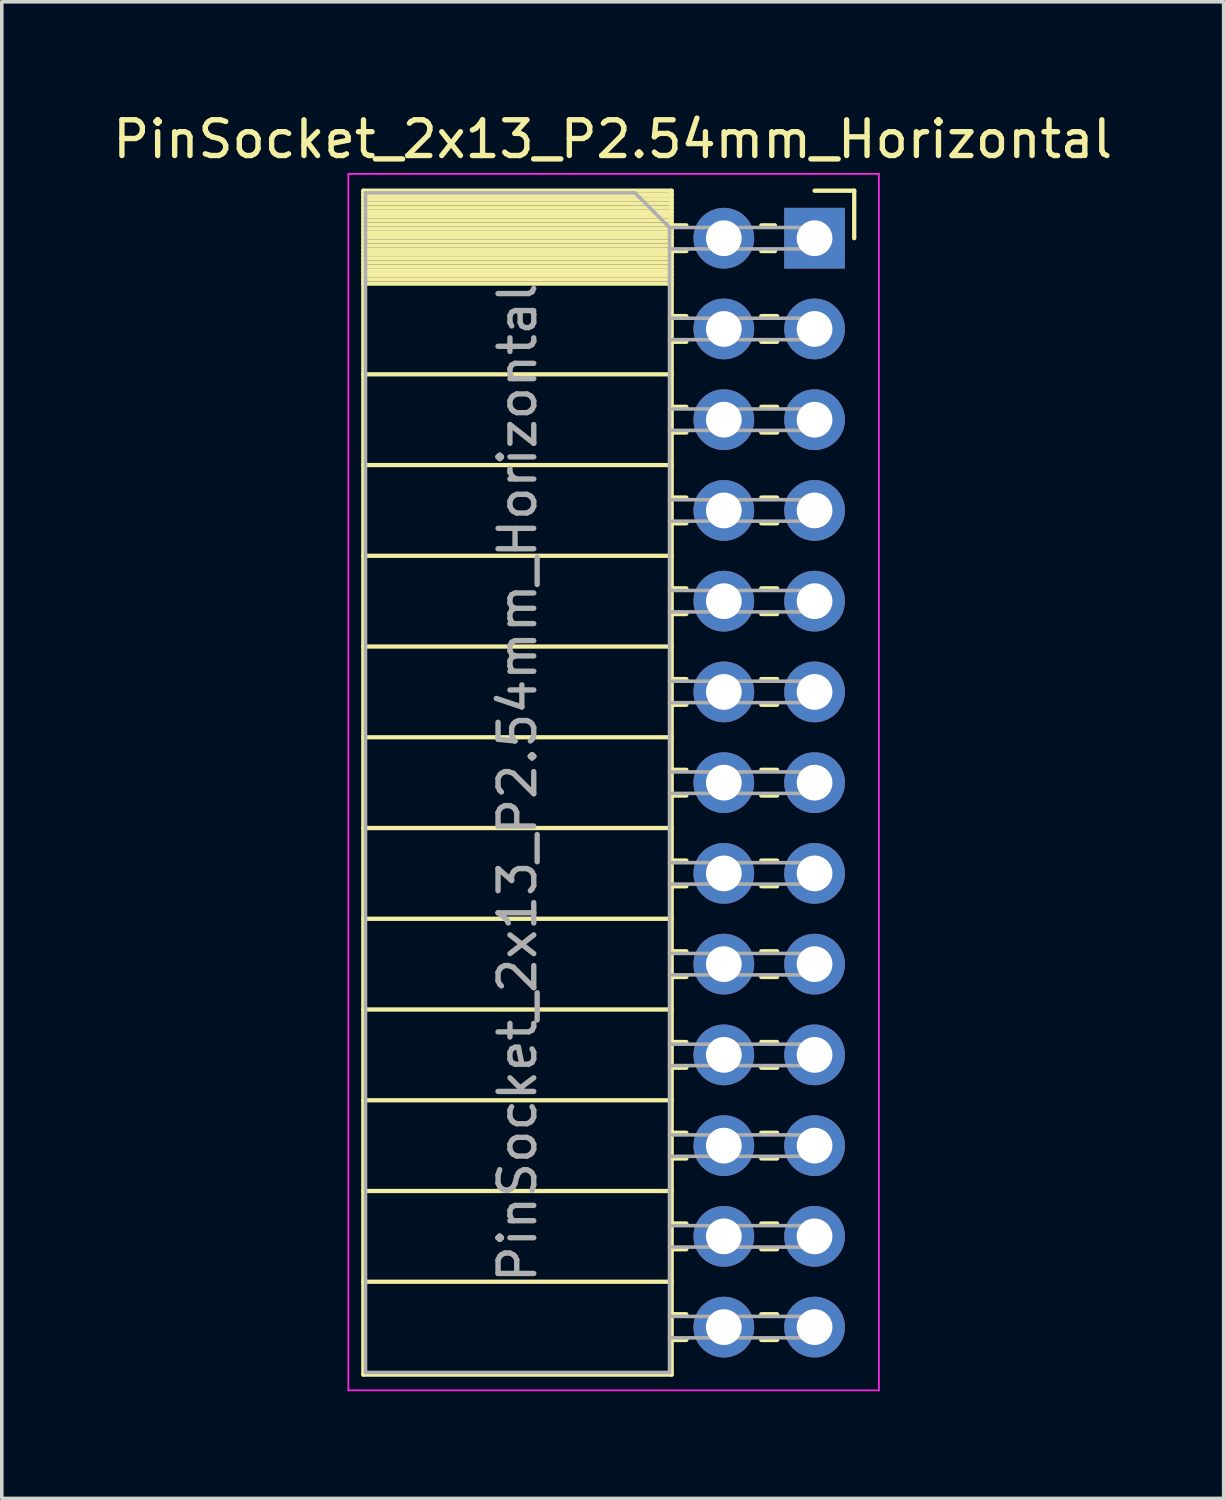
<source format=kicad_pcb>
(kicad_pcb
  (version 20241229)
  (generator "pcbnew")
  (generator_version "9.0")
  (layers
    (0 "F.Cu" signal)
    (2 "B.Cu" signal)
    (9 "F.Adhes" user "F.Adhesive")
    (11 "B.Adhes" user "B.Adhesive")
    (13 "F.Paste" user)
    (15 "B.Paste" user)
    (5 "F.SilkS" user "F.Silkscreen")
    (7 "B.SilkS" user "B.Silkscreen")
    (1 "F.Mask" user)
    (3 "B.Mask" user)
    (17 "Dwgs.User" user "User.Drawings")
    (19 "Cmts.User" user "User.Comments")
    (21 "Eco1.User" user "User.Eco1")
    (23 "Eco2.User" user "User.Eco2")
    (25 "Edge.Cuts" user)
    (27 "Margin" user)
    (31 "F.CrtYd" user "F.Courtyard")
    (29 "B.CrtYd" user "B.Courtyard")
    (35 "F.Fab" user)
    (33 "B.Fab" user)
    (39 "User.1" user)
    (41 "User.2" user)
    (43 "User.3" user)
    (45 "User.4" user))
  (footprint "PinSocket_2x13_P2.54mm_Horizontal"
    (layer "F.Cu")
    (at 19.751 3.618)
    (property "Reference" "PinSocket_2x13_P2.54mm_Horizontal" (at -5.65 -2.77 0) (layer "F.SilkS") (effects (font (size 1 1) (thickness 0.15))))
    (attr through_hole)
    (fp_line (start -12.63 -1.33) (end -12.63 31.81) (stroke (width 0.12) (type solid)) (layer "F.SilkS"))
    (fp_line (start -12.63 -1.33) (end -4 -1.33) (stroke (width 0.12) (type solid)) (layer "F.SilkS"))
    (fp_line (start -12.63 -1.21) (end -4 -1.21) (stroke (width 0.12) (type solid)) (layer "F.SilkS"))
    (fp_line (start -12.63 -1.092) (end -4 -1.092) (stroke (width 0.12) (type solid)) (layer "F.SilkS"))
    (fp_line (start -12.63 -0.974) (end -4 -0.974) (stroke (width 0.12) (type solid)) (layer "F.SilkS"))
    (fp_line (start -12.63 -0.856) (end -4 -0.856) (stroke (width 0.12) (type solid)) (layer "F.SilkS"))
    (fp_line (start -12.63 -0.738) (end -4 -0.738) (stroke (width 0.12) (type solid)) (layer "F.SilkS"))
    (fp_line (start -12.63 -0.62) (end -4 -0.62) (stroke (width 0.12) (type solid)) (layer "F.SilkS"))
    (fp_line (start -12.63 -0.501) (end -4 -0.501) (stroke (width 0.12) (type solid)) (layer "F.SilkS"))
    (fp_line (start -12.63 -0.383) (end -4 -0.383) (stroke (width 0.12) (type solid)) (layer "F.SilkS"))
    (fp_line (start -12.63 -0.265) (end -4 -0.265) (stroke (width 0.12) (type solid)) (layer "F.SilkS"))
    (fp_line (start -12.63 -0.147) (end -4 -0.147) (stroke (width 0.12) (type solid)) (layer "F.SilkS"))
    (fp_line (start -12.63 -0.029) (end -4 -0.029) (stroke (width 0.12) (type solid)) (layer "F.SilkS"))
    (fp_line (start -12.63 0.089) (end -4 0.089) (stroke (width 0.12) (type solid)) (layer "F.SilkS"))
    (fp_line (start -12.63 0.207) (end -4 0.207) (stroke (width 0.12) (type solid)) (layer "F.SilkS"))
    (fp_line (start -12.63 0.325) (end -4 0.325) (stroke (width 0.12) (type solid)) (layer "F.SilkS"))
    (fp_line (start -12.63 0.443) (end -4 0.443) (stroke (width 0.12) (type solid)) (layer "F.SilkS"))
    (fp_line (start -12.63 0.561) (end -4 0.561) (stroke (width 0.12) (type solid)) (layer "F.SilkS"))
    (fp_line (start -12.63 0.68) (end -4 0.68) (stroke (width 0.12) (type solid)) (layer "F.SilkS"))
    (fp_line (start -12.63 0.798) (end -4 0.798) (stroke (width 0.12) (type solid)) (layer "F.SilkS"))
    (fp_line (start -12.63 0.916) (end -4 0.916) (stroke (width 0.12) (type solid)) (layer "F.SilkS"))
    (fp_line (start -12.63 1.034) (end -4 1.034) (stroke (width 0.12) (type solid)) (layer "F.SilkS"))
    (fp_line (start -12.63 1.152) (end -4 1.152) (stroke (width 0.12) (type solid)) (layer "F.SilkS"))
    (fp_line (start -12.63 1.27) (end -4 1.27) (stroke (width 0.12) (type solid)) (layer "F.SilkS"))
    (fp_line (start -12.63 3.81) (end -4 3.81) (stroke (width 0.12) (type solid)) (layer "F.SilkS"))
    (fp_line (start -12.63 6.35) (end -4 6.35) (stroke (width 0.12) (type solid)) (layer "F.SilkS"))
    (fp_line (start -12.63 8.89) (end -4 8.89) (stroke (width 0.12) (type solid)) (layer "F.SilkS"))
    (fp_line (start -12.63 11.43) (end -4 11.43) (stroke (width 0.12) (type solid)) (layer "F.SilkS"))
    (fp_line (start -12.63 13.97) (end -4 13.97) (stroke (width 0.12) (type solid)) (layer "F.SilkS"))
    (fp_line (start -12.63 16.51) (end -4 16.51) (stroke (width 0.12) (type solid)) (layer "F.SilkS"))
    (fp_line (start -12.63 19.05) (end -4 19.05) (stroke (width 0.12) (type solid)) (layer "F.SilkS"))
    (fp_line (start -12.63 21.59) (end -4 21.59) (stroke (width 0.12) (type solid)) (layer "F.SilkS"))
    (fp_line (start -12.63 24.13) (end -4 24.13) (stroke (width 0.12) (type solid)) (layer "F.SilkS"))
    (fp_line (start -12.63 26.67) (end -4 26.67) (stroke (width 0.12) (type solid)) (layer "F.SilkS"))
    (fp_line (start -12.63 29.21) (end -4 29.21) (stroke (width 0.12) (type solid)) (layer "F.SilkS"))
    (fp_line (start -12.63 31.81) (end -4 31.81) (stroke (width 0.12) (type solid)) (layer "F.SilkS"))
    (fp_line (start -4 -1.33) (end -4 31.81) (stroke (width 0.12) (type solid)) (layer "F.SilkS"))
    (fp_line (start -4 -0.36) (end -3.59 -0.36) (stroke (width 0.12) (type solid)) (layer "F.SilkS"))
    (fp_line (start -4 0.36) (end -3.59 0.36) (stroke (width 0.12) (type solid)) (layer "F.SilkS"))
    (fp_line (start -4 2.18) (end -3.59 2.18) (stroke (width 0.12) (type solid)) (layer "F.SilkS"))
    (fp_line (start -4 2.9) (end -3.59 2.9) (stroke (width 0.12) (type solid)) (layer "F.SilkS"))
    (fp_line (start -4 4.72) (end -3.59 4.72) (stroke (width 0.12) (type solid)) (layer "F.SilkS"))
    (fp_line (start -4 5.44) (end -3.59 5.44) (stroke (width 0.12) (type solid)) (layer "F.SilkS"))
    (fp_line (start -4 7.26) (end -3.59 7.26) (stroke (width 0.12) (type solid)) (layer "F.SilkS"))
    (fp_line (start -4 7.98) (end -3.59 7.98) (stroke (width 0.12) (type solid)) (layer "F.SilkS"))
    (fp_line (start -4 9.8) (end -3.59 9.8) (stroke (width 0.12) (type solid)) (layer "F.SilkS"))
    (fp_line (start -4 10.52) (end -3.59 10.52) (stroke (width 0.12) (type solid)) (layer "F.SilkS"))
    (fp_line (start -4 12.34) (end -3.59 12.34) (stroke (width 0.12) (type solid)) (layer "F.SilkS"))
    (fp_line (start -4 13.06) (end -3.59 13.06) (stroke (width 0.12) (type solid)) (layer "F.SilkS"))
    (fp_line (start -4 14.88) (end -3.59 14.88) (stroke (width 0.12) (type solid)) (layer "F.SilkS"))
    (fp_line (start -4 15.6) (end -3.59 15.6) (stroke (width 0.12) (type solid)) (layer "F.SilkS"))
    (fp_line (start -4 17.42) (end -3.59 17.42) (stroke (width 0.12) (type solid)) (layer "F.SilkS"))
    (fp_line (start -4 18.14) (end -3.59 18.14) (stroke (width 0.12) (type solid)) (layer "F.SilkS"))
    (fp_line (start -4 19.96) (end -3.59 19.96) (stroke (width 0.12) (type solid)) (layer "F.SilkS"))
    (fp_line (start -4 20.68) (end -3.59 20.68) (stroke (width 0.12) (type solid)) (layer "F.SilkS"))
    (fp_line (start -4 22.5) (end -3.59 22.5) (stroke (width 0.12) (type solid)) (layer "F.SilkS"))
    (fp_line (start -4 23.22) (end -3.59 23.22) (stroke (width 0.12) (type solid)) (layer "F.SilkS"))
    (fp_line (start -4 25.04) (end -3.59 25.04) (stroke (width 0.12) (type solid)) (layer "F.SilkS"))
    (fp_line (start -4 25.76) (end -3.59 25.76) (stroke (width 0.12) (type solid)) (layer "F.SilkS"))
    (fp_line (start -4 27.58) (end -3.59 27.58) (stroke (width 0.12) (type solid)) (layer "F.SilkS"))
    (fp_line (start -4 28.3) (end -3.59 28.3) (stroke (width 0.12) (type solid)) (layer "F.SilkS"))
    (fp_line (start -4 30.12) (end -3.59 30.12) (stroke (width 0.12) (type solid)) (layer "F.SilkS"))
    (fp_line (start -4 30.84) (end -3.59 30.84) (stroke (width 0.12) (type solid)) (layer "F.SilkS"))
    (fp_line (start -1.49 -0.36) (end -1.11 -0.36) (stroke (width 0.12) (type solid)) (layer "F.SilkS"))
    (fp_line (start -1.49 0.36) (end -1.11 0.36) (stroke (width 0.12) (type solid)) (layer "F.SilkS"))
    (fp_line (start -1.49 2.18) (end -1.05 2.18) (stroke (width 0.12) (type solid)) (layer "F.SilkS"))
    (fp_line (start -1.49 2.9) (end -1.05 2.9) (stroke (width 0.12) (type solid)) (layer "F.SilkS"))
    (fp_line (start -1.49 4.72) (end -1.05 4.72) (stroke (width 0.12) (type solid)) (layer "F.SilkS"))
    (fp_line (start -1.49 5.44) (end -1.05 5.44) (stroke (width 0.12) (type solid)) (layer "F.SilkS"))
    (fp_line (start -1.49 7.26) (end -1.05 7.26) (stroke (width 0.12) (type solid)) (layer "F.SilkS"))
    (fp_line (start -1.49 7.98) (end -1.05 7.98) (stroke (width 0.12) (type solid)) (layer "F.SilkS"))
    (fp_line (start -1.49 9.8) (end -1.05 9.8) (stroke (width 0.12) (type solid)) (layer "F.SilkS"))
    (fp_line (start -1.49 10.52) (end -1.05 10.52) (stroke (width 0.12) (type solid)) (layer "F.SilkS"))
    (fp_line (start -1.49 12.34) (end -1.05 12.34) (stroke (width 0.12) (type solid)) (layer "F.SilkS"))
    (fp_line (start -1.49 13.06) (end -1.05 13.06) (stroke (width 0.12) (type solid)) (layer "F.SilkS"))
    (fp_line (start -1.49 14.88) (end -1.05 14.88) (stroke (width 0.12) (type solid)) (layer "F.SilkS"))
    (fp_line (start -1.49 15.6) (end -1.05 15.6) (stroke (width 0.12) (type solid)) (layer "F.SilkS"))
    (fp_line (start -1.49 17.42) (end -1.05 17.42) (stroke (width 0.12) (type solid)) (layer "F.SilkS"))
    (fp_line (start -1.49 18.14) (end -1.05 18.14) (stroke (width 0.12) (type solid)) (layer "F.SilkS"))
    (fp_line (start -1.49 19.96) (end -1.05 19.96) (stroke (width 0.12) (type solid)) (layer "F.SilkS"))
    (fp_line (start -1.49 20.68) (end -1.05 20.68) (stroke (width 0.12) (type solid)) (layer "F.SilkS"))
    (fp_line (start -1.49 22.5) (end -1.05 22.5) (stroke (width 0.12) (type solid)) (layer "F.SilkS"))
    (fp_line (start -1.49 23.22) (end -1.05 23.22) (stroke (width 0.12) (type solid)) (layer "F.SilkS"))
    (fp_line (start -1.49 25.04) (end -1.05 25.04) (stroke (width 0.12) (type solid)) (layer "F.SilkS"))
    (fp_line (start -1.49 25.76) (end -1.05 25.76) (stroke (width 0.12) (type solid)) (layer "F.SilkS"))
    (fp_line (start -1.49 27.58) (end -1.05 27.58) (stroke (width 0.12) (type solid)) (layer "F.SilkS"))
    (fp_line (start -1.49 28.3) (end -1.05 28.3) (stroke (width 0.12) (type solid)) (layer "F.SilkS"))
    (fp_line (start -1.49 30.12) (end -1.05 30.12) (stroke (width 0.12) (type solid)) (layer "F.SilkS"))
    (fp_line (start -1.49 30.84) (end -1.05 30.84) (stroke (width 0.12) (type solid)) (layer "F.SilkS"))
    (fp_line (start 0 -1.33) (end 1.11 -1.33) (stroke (width 0.12) (type solid)) (layer "F.SilkS"))
    (fp_line (start 1.11 -1.33) (end 1.11 0) (stroke (width 0.12) (type solid)) (layer "F.SilkS"))
    (fp_line (start -13.05 -1.8) (end -13.05 32.25) (stroke (width 0.05) (type solid)) (layer "F.CrtYd"))
    (fp_line (start -13.05 32.25) (end 1.8 32.25) (stroke (width 0.05) (type solid)) (layer "F.CrtYd"))
    (fp_line (start 1.8 -1.8) (end -13.05 -1.8) (stroke (width 0.05) (type solid)) (layer "F.CrtYd"))
    (fp_line (start 1.8 32.25) (end 1.8 -1.8) (stroke (width 0.05) (type solid)) (layer "F.CrtYd"))
    (fp_line (start -12.57 -1.27) (end -5.03 -1.27) (stroke (width 0.1) (type solid)) (layer "F.Fab"))
    (fp_line (start -12.57 31.75) (end -12.57 -1.27) (stroke (width 0.1) (type solid)) (layer "F.Fab"))
    (fp_line (start -5.03 -1.27) (end -4.06 -0.3) (stroke (width 0.1) (type solid)) (layer "F.Fab"))
    (fp_line (start -4.06 -0.3) (end -4.06 31.75) (stroke (width 0.1) (type solid)) (layer "F.Fab"))
    (fp_line (start -4.06 0.3) (end 0 0.3) (stroke (width 0.1) (type solid)) (layer "F.Fab"))
    (fp_line (start -4.06 2.84) (end 0 2.84) (stroke (width 0.1) (type solid)) (layer "F.Fab"))
    (fp_line (start -4.06 5.38) (end 0 5.38) (stroke (width 0.1) (type solid)) (layer "F.Fab"))
    (fp_line (start -4.06 7.92) (end 0 7.92) (stroke (width 0.1) (type solid)) (layer "F.Fab"))
    (fp_line (start -4.06 10.46) (end 0 10.46) (stroke (width 0.1) (type solid)) (layer "F.Fab"))
    (fp_line (start -4.06 13) (end 0 13) (stroke (width 0.1) (type solid)) (layer "F.Fab"))
    (fp_line (start -4.06 15.54) (end 0 15.54) (stroke (width 0.1) (type solid)) (layer "F.Fab"))
    (fp_line (start -4.06 18.08) (end 0 18.08) (stroke (width 0.1) (type solid)) (layer "F.Fab"))
    (fp_line (start -4.06 20.62) (end 0 20.62) (stroke (width 0.1) (type solid)) (layer "F.Fab"))
    (fp_line (start -4.06 23.16) (end 0 23.16) (stroke (width 0.1) (type solid)) (layer "F.Fab"))
    (fp_line (start -4.06 25.7) (end 0 25.7) (stroke (width 0.1) (type solid)) (layer "F.Fab"))
    (fp_line (start -4.06 28.24) (end 0 28.24) (stroke (width 0.1) (type solid)) (layer "F.Fab"))
    (fp_line (start -4.06 30.78) (end 0 30.78) (stroke (width 0.1) (type solid)) (layer "F.Fab"))
    (fp_line (start -4.06 31.75) (end -12.57 31.75) (stroke (width 0.1) (type solid)) (layer "F.Fab"))
    (fp_line (start 0 -0.3) (end -4.06 -0.3) (stroke (width 0.1) (type solid)) (layer "F.Fab"))
    (fp_line (start 0 0.3) (end 0 -0.3) (stroke (width 0.1) (type solid)) (layer "F.Fab"))
    (fp_line (start 0 2.24) (end -4.06 2.24) (stroke (width 0.1) (type solid)) (layer "F.Fab"))
    (fp_line (start 0 2.84) (end 0 2.24) (stroke (width 0.1) (type solid)) (layer "F.Fab"))
    (fp_line (start 0 4.78) (end -4.06 4.78) (stroke (width 0.1) (type solid)) (layer "F.Fab"))
    (fp_line (start 0 5.38) (end 0 4.78) (stroke (width 0.1) (type solid)) (layer "F.Fab"))
    (fp_line (start 0 7.32) (end -4.06 7.32) (stroke (width 0.1) (type solid)) (layer "F.Fab"))
    (fp_line (start 0 7.92) (end 0 7.32) (stroke (width 0.1) (type solid)) (layer "F.Fab"))
    (fp_line (start 0 9.86) (end -4.06 9.86) (stroke (width 0.1) (type solid)) (layer "F.Fab"))
    (fp_line (start 0 10.46) (end 0 9.86) (stroke (width 0.1) (type solid)) (layer "F.Fab"))
    (fp_line (start 0 12.4) (end -4.06 12.4) (stroke (width 0.1) (type solid)) (layer "F.Fab"))
    (fp_line (start 0 13) (end 0 12.4) (stroke (width 0.1) (type solid)) (layer "F.Fab"))
    (fp_line (start 0 14.94) (end -4.06 14.94) (stroke (width 0.1) (type solid)) (layer "F.Fab"))
    (fp_line (start 0 15.54) (end 0 14.94) (stroke (width 0.1) (type solid)) (layer "F.Fab"))
    (fp_line (start 0 17.48) (end -4.06 17.48) (stroke (width 0.1) (type solid)) (layer "F.Fab"))
    (fp_line (start 0 18.08) (end 0 17.48) (stroke (width 0.1) (type solid)) (layer "F.Fab"))
    (fp_line (start 0 20.02) (end -4.06 20.02) (stroke (width 0.1) (type solid)) (layer "F.Fab"))
    (fp_line (start 0 20.62) (end 0 20.02) (stroke (width 0.1) (type solid)) (layer "F.Fab"))
    (fp_line (start 0 22.56) (end -4.06 22.56) (stroke (width 0.1) (type solid)) (layer "F.Fab"))
    (fp_line (start 0 23.16) (end 0 22.56) (stroke (width 0.1) (type solid)) (layer "F.Fab"))
    (fp_line (start 0 25.1) (end -4.06 25.1) (stroke (width 0.1) (type solid)) (layer "F.Fab"))
    (fp_line (start 0 25.7) (end 0 25.1) (stroke (width 0.1) (type solid)) (layer "F.Fab"))
    (fp_line (start 0 27.64) (end -4.06 27.64) (stroke (width 0.1) (type solid)) (layer "F.Fab"))
    (fp_line (start 0 28.24) (end 0 27.64) (stroke (width 0.1) (type solid)) (layer "F.Fab"))
    (fp_line (start 0 30.18) (end -4.06 30.18) (stroke (width 0.1) (type solid)) (layer "F.Fab"))
    (fp_line (start 0 30.78) (end 0 30.18) (stroke (width 0.1) (type solid)) (layer "F.Fab"))
    (fp_text user "${REFERENCE}" (at -8.315 15.24 90) (layer "F.Fab") (effects (font (size 1 1) (thickness 0.15))))
    (pad "1" thru_hole rect (at 0 0) (size 1.7 1.7) (drill 1) (layers "*.Cu" "*.Mask"))
    (pad "2" thru_hole oval (at -2.54 0) (size 1.7 1.7) (drill 1) (layers "*.Cu" "*.Mask"))
    (pad "3" thru_hole oval (at 0 2.54) (size 1.7 1.7) (drill 1) (layers "*.Cu" "*.Mask"))
    (pad "4" thru_hole oval (at -2.54 2.54) (size 1.7 1.7) (drill 1) (layers "*.Cu" "*.Mask"))
    (pad "5" thru_hole oval (at 0 5.08) (size 1.7 1.7) (drill 1) (layers "*.Cu" "*.Mask"))
    (pad "6" thru_hole oval (at -2.54 5.08) (size 1.7 1.7) (drill 1) (layers "*.Cu" "*.Mask"))
    (pad "7" thru_hole oval (at 0 7.62) (size 1.7 1.7) (drill 1) (layers "*.Cu" "*.Mask"))
    (pad "8" thru_hole oval (at -2.54 7.62) (size 1.7 1.7) (drill 1) (layers "*.Cu" "*.Mask"))
    (pad "9" thru_hole oval (at 0 10.16) (size 1.7 1.7) (drill 1) (layers "*.Cu" "*.Mask"))
    (pad "10" thru_hole oval (at -2.54 10.16) (size 1.7 1.7) (drill 1) (layers "*.Cu" "*.Mask"))
    (pad "11" thru_hole oval (at 0 12.7) (size 1.7 1.7) (drill 1) (layers "*.Cu" "*.Mask"))
    (pad "12" thru_hole oval (at -2.54 12.7) (size 1.7 1.7) (drill 1) (layers "*.Cu" "*.Mask"))
    (pad "13" thru_hole oval (at 0 15.24) (size 1.7 1.7) (drill 1) (layers "*.Cu" "*.Mask"))
    (pad "14" thru_hole oval (at -2.54 15.24) (size 1.7 1.7) (drill 1) (layers "*.Cu" "*.Mask"))
    (pad "15" thru_hole oval (at 0 17.78) (size 1.7 1.7) (drill 1) (layers "*.Cu" "*.Mask"))
    (pad "16" thru_hole oval (at -2.54 17.78) (size 1.7 1.7) (drill 1) (layers "*.Cu" "*.Mask"))
    (pad "17" thru_hole oval (at 0 20.32) (size 1.7 1.7) (drill 1) (layers "*.Cu" "*.Mask"))
    (pad "18" thru_hole oval (at -2.54 20.32) (size 1.7 1.7) (drill 1) (layers "*.Cu" "*.Mask"))
    (pad "19" thru_hole oval (at 0 22.86) (size 1.7 1.7) (drill 1) (layers "*.Cu" "*.Mask"))
    (pad "20" thru_hole oval (at -2.54 22.86) (size 1.7 1.7) (drill 1) (layers "*.Cu" "*.Mask"))
    (pad "21" thru_hole oval (at 0 25.4) (size 1.7 1.7) (drill 1) (layers "*.Cu" "*.Mask"))
    (pad "22" thru_hole oval (at -2.54 25.4) (size 1.7 1.7) (drill 1) (layers "*.Cu" "*.Mask"))
    (pad "23" thru_hole oval (at 0 27.94) (size 1.7 1.7) (drill 1) (layers "*.Cu" "*.Mask"))
    (pad "24" thru_hole oval (at -2.54 27.94) (size 1.7 1.7) (drill 1) (layers "*.Cu" "*.Mask"))
    (pad "25" thru_hole oval (at 0 30.48) (size 1.7 1.7) (drill 1) (layers "*.Cu" "*.Mask"))
    (pad "26" thru_hole oval (at -2.54 30.48) (size 1.7 1.7) (drill 1) (layers "*.Cu" "*.Mask")))
  (gr_rect
    (start -3 -3)
    (end 31.202 38.893)
    (stroke (width 0.1) (type default))
    (fill no)
    (layer "Edge.Cuts")))
</source>
